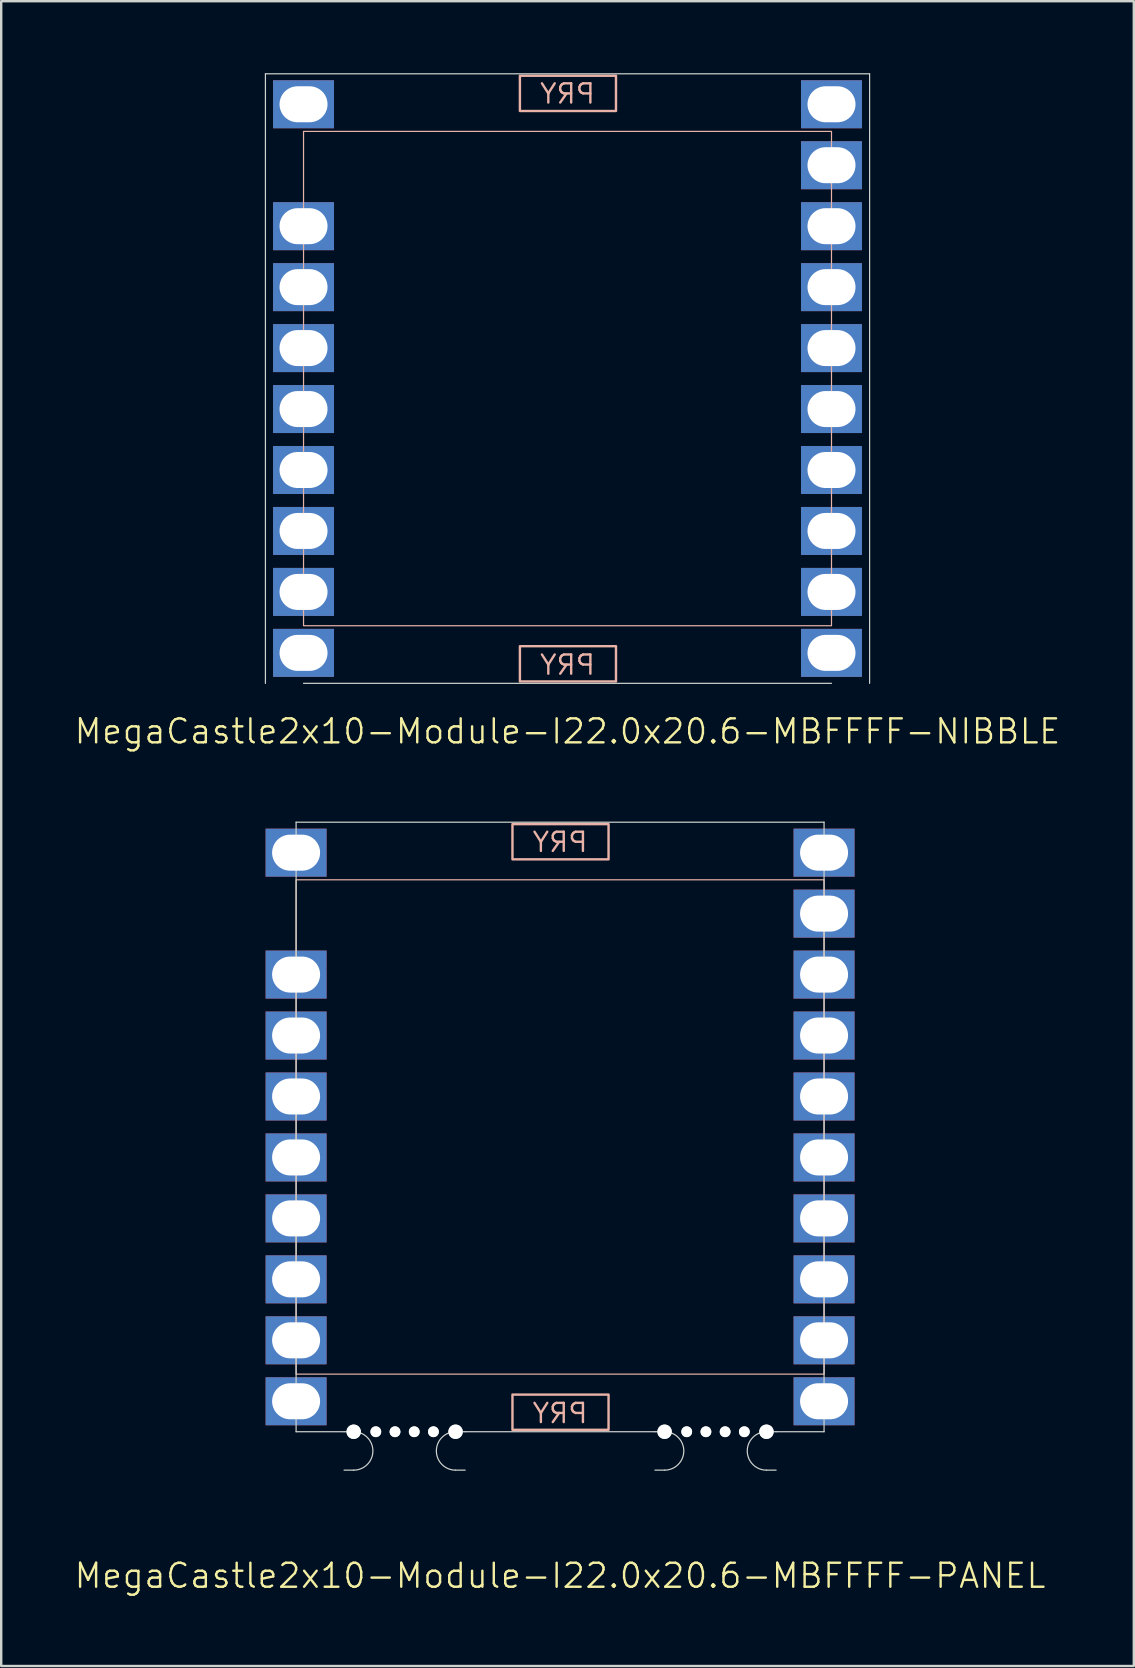
<source format=kicad_pcb>
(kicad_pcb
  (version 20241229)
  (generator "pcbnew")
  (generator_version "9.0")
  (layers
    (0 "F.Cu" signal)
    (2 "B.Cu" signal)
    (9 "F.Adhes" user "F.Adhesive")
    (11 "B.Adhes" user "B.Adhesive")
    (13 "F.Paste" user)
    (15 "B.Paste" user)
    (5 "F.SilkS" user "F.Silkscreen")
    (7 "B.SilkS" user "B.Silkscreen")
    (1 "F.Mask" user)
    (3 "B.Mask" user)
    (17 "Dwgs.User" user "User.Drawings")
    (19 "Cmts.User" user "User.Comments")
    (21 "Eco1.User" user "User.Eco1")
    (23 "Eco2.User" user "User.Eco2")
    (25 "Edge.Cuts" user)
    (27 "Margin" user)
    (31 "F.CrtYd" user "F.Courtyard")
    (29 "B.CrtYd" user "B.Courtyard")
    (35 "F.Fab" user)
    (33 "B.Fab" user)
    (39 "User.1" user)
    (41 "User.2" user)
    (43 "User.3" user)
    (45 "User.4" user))
  (footprint "MegaCastle2x10-Module-I22.0x20.6-MBFFFF-NIBBLE"
    (layer "F.Cu")
    (at 20.598 12.725)
    (property "Reference" "MegaCastle2x10-Module-I22.0x20.6-MBFFFF-NIBBLE" (at 0 14.7 0) (unlocked yes) (layer "F.SilkS") (effects (font (size 1 1) (thickness 0.1))))
    (attr smd)
    (fp_rect (start -11 10.3) (end 11 -10.3) (stroke (width 0.05) (type default)) (fill no) (layer "B.SilkS"))
    (fp_rect (start -1.984 -11.151) (end 2.02 -12.62) (stroke (width 0.1) (type default)) (fill no) (layer "B.SilkS"))
    (fp_rect (start -1.984 11.151) (end 2.02 12.62) (stroke (width 0.1) (type default)) (fill no) (layer "B.SilkS"))
    (fp_line (start -12.588 -12.7) (end -12.588 12.7) (stroke (width 0.05) (type default)) (layer "Edge.Cuts"))
    (fp_line (start -12.588 -12.7) (end 12.588 -12.7) (stroke (width 0.05) (type default)) (layer "Edge.Cuts"))
    (fp_line (start -11 12.7) (end 11 12.7) (stroke (width 0.05) (type default)) (layer "Edge.Cuts"))
    (fp_line (start 12.588 -12.7) (end 12.588 12.7) (stroke (width 0.05) (type default)) (layer "Edge.Cuts"))
    (fp_text user "PRY" (at 0 -11.4 0) (unlocked yes) (layer "B.SilkS") (effects (font (size 0.8 0.8) (thickness 0.1)) (justify bottom mirror)))
    (fp_text user "PRY" (at 0 12.4 0) (unlocked yes) (layer "B.SilkS") (effects (font (size 0.8 0.8) (thickness 0.1)) (justify bottom mirror)))
    (pad "1" thru_hole rect (at -11 -11.43) (size 2.54 2) (drill oval 2 1.5) (property pad_prop_castellated) (layers "*.Cu" "*.Mask"))
    (pad "3" thru_hole rect (at -11 -6.35) (size 2.54 2) (drill oval 2 1.5) (property pad_prop_castellated) (layers "*.Cu" "*.Mask"))
    (pad "4" thru_hole rect (at -11 -3.81) (size 2.54 2) (drill oval 2 1.5) (property pad_prop_castellated) (layers "*.Cu" "*.Mask"))
    (pad "5" thru_hole rect (at -11 -1.27) (size 2.54 2) (drill oval 2 1.5) (property pad_prop_castellated) (layers "*.Cu" "*.Mask"))
    (pad "6" thru_hole rect (at -11 1.27) (size 2.54 2) (drill oval 2 1.5) (property pad_prop_castellated) (layers "*.Cu" "*.Mask"))
    (pad "7" thru_hole rect (at -11 3.81) (size 2.54 2) (drill oval 2 1.5) (property pad_prop_castellated) (layers "*.Cu" "*.Mask"))
    (pad "8" thru_hole rect (at -11 6.35) (size 2.54 2) (drill oval 2 1.5) (property pad_prop_castellated) (layers "*.Cu" "*.Mask"))
    (pad "9" thru_hole rect (at -11 8.89) (size 2.54 2) (drill oval 2 1.5) (property pad_prop_castellated) (layers "*.Cu" "*.Mask"))
    (pad "10" thru_hole rect (at -11 11.43) (size 2.54 2) (drill oval 2 1.5) (property pad_prop_castellated) (layers "*.Cu" "*.Mask"))
    (pad "11" thru_hole rect (at 11 -11.43) (size 2.54 2) (drill oval 2 1.5) (property pad_prop_castellated) (layers "*.Cu" "*.Mask"))
    (pad "12" thru_hole rect (at 11 -8.89) (size 2.54 2) (drill oval 2 1.5) (property pad_prop_castellated) (layers "*.Cu" "*.Mask"))
    (pad "13" thru_hole rect (at 11 -6.35) (size 2.54 2) (drill oval 2 1.5) (property pad_prop_castellated) (layers "*.Cu" "*.Mask"))
    (pad "14" thru_hole rect (at 11 -3.81) (size 2.54 2) (drill oval 2 1.5) (property pad_prop_castellated) (layers "*.Cu" "*.Mask"))
    (pad "15" thru_hole rect (at 11 -1.27) (size 2.54 2) (drill oval 2 1.5) (property pad_prop_castellated) (layers "*.Cu" "*.Mask"))
    (pad "16" thru_hole rect (at 11 1.27) (size 2.54 2) (drill oval 2 1.5) (property pad_prop_castellated) (layers "*.Cu" "*.Mask"))
    (pad "17" thru_hole rect (at 11 3.81) (size 2.54 2) (drill oval 2 1.5) (property pad_prop_castellated) (layers "*.Cu" "*.Mask"))
    (pad "18" thru_hole rect (at 11 6.35) (size 2.54 2) (drill oval 2 1.5) (property pad_prop_castellated) (layers "*.Cu" "*.Mask"))
    (pad "19" thru_hole rect (at 11 8.89) (size 2.54 2) (drill oval 2 1.5) (property pad_prop_castellated) (layers "*.Cu" "*.Mask"))
    (pad "20" thru_hole rect (at 11 11.43) (size 2.54 2) (drill oval 2 1.5) (property pad_prop_castellated) (layers "*.Cu" "*.Mask"))
    (zone (net_name "") (layer "B.Cu") (hatch edge 0.5) (connect_pads) (min_thickness 0.25) (filled_areas_thickness no) (keepout (tracks allowed) (vias allowed) (pads allowed) (copperpour allowed) (footprints not_allowed)) (placement (enabled no)) (fill) (polygon (pts (xy 9.598 25.425) (xy 9.598 0.025))))
    (zone (net_name "") (layer "B.Cu") (hatch edge 0.5) (connect_pads) (min_thickness 0.25) (filled_areas_thickness no) (keepout (tracks allowed) (vias allowed) (pads allowed) (copperpour allowed) (footprints not_allowed)) (placement (enabled no)) (fill) (polygon (pts (xy 31.598 25.425) (xy 31.598 0.025))))
    (zone (net_name "") (layer "B.Cu") (hatch edge 0.5) (connect_pads) (min_thickness 0.25) (filled_areas_thickness no) (keepout (tracks allowed) (vias allowed) (pads allowed) (copperpour allowed) (footprints not_allowed)) (placement (enabled no)) (fill) (polygon (pts (xy 9.598 0.025) (xy 9.598 2.425) (xy 31.598 2.425) (xy 31.598 0.025))))
    (zone (net_name "") (layer "B.Cu") (hatch edge 0.5) (connect_pads) (min_thickness 0.25) (filled_areas_thickness no) (keepout (tracks allowed) (vias allowed) (pads allowed) (copperpour allowed) (footprints not_allowed)) (placement (enabled no)) (fill) (polygon (pts (xy 9.598 25.425) (xy 9.598 23.025) (xy 31.598 23.025) (xy 31.598 25.425))))
    (zone (net_name "") (layer "B.Cu") (name "Upper Pry Zone") (hatch edge 0.5) (connect_pads) (min_thickness 0.25) (filled_areas_thickness no) (keepout (tracks not_allowed) (vias not_allowed) (pads not_allowed) (copperpour allowed) (footprints not_allowed)) (placement (enabled no)) (fill) (polygon (pts (xy 18.613 1.574) (xy 18.613 0.105) (xy 22.617 0.105) (xy 22.617 1.574))))
    (zone (net_name "") (layer "B.Cu") (name "Upper Pry Zone") (hatch edge 0.5) (connect_pads) (min_thickness 0.25) (filled_areas_thickness no) (keepout (tracks not_allowed) (vias not_allowed) (pads not_allowed) (copperpour allowed) (footprints not_allowed)) (placement (enabled no)) (fill) (polygon (pts (xy 18.613 23.876) (xy 18.613 25.345) (xy 22.617 25.345) (xy 22.617 23.876)))))
  (footprint "MegaCastle2x10-Module-I22.0x20.6-MBFFFF-PANEL"
    (layer "F.Cu")
    (at 20.288 43.91)
    (property "Reference" "MegaCastle2x10-Module-I22.0x20.6-MBFFFF-PANEL" (at 0 18.7 0) (unlocked yes) (layer "F.SilkS") (effects (font (size 1 1) (thickness 0.1))))
    (attr smd)
    (fp_rect (start -11 10.3) (end 11 -10.3) (stroke (width 0.05) (type default)) (fill no) (layer "B.SilkS"))
    (fp_rect (start -1.984 -11.151) (end 2.02 -12.62) (stroke (width 0.1) (type default)) (fill no) (layer "B.SilkS"))
    (fp_rect (start -1.984 11.151) (end 2.02 12.62) (stroke (width 0.1) (type default)) (fill no) (layer "B.SilkS"))
    (fp_line (start -11 -12.7) (end -11 12.7) (stroke (width 0.05) (type default)) (layer "Edge.Cuts"))
    (fp_line (start -11 -12.7) (end 11 -12.7) (stroke (width 0.05) (type default)) (layer "Edge.Cuts"))
    (fp_line (start -11 12.7) (end -9 12.7) (stroke (width 0.05) (type default)) (layer "Edge.Cuts"))
    (fp_line (start -9 12.7) (end -8.6 12.7) (stroke (width 0.05) (type default)) (layer "Edge.Cuts"))
    (fp_line (start -9 14.3) (end -8.6 14.3) (stroke (width 0.05) (type default)) (layer "Edge.Cuts"))
    (fp_line (start -3.955 12.7) (end -4.355 12.7) (stroke (width 0.05) (type default)) (layer "Edge.Cuts"))
    (fp_line (start -3.955 12.7) (end 3.955 12.7) (stroke (width 0.05) (type default)) (layer "Edge.Cuts"))
    (fp_line (start -3.955 14.3) (end -4.355 14.3) (stroke (width 0.05) (type default)) (layer "Edge.Cuts"))
    (fp_line (start 3.955 12.7) (end 4.355 12.7) (stroke (width 0.05) (type default)) (layer "Edge.Cuts"))
    (fp_line (start 3.955 14.3) (end 4.355 14.3) (stroke (width 0.05) (type default)) (layer "Edge.Cuts"))
    (fp_line (start 9 12.7) (end 8.6 12.7) (stroke (width 0.05) (type default)) (layer "Edge.Cuts"))
    (fp_line (start 9 12.7) (end 11 12.7) (stroke (width 0.05) (type default)) (layer "Edge.Cuts"))
    (fp_line (start 9 14.3) (end 8.6 14.3) (stroke (width 0.05) (type default)) (layer "Edge.Cuts"))
    (fp_line (start 11 -12.7) (end 11 12.7) (stroke (width 0.05) (type default)) (layer "Edge.Cuts"))
    (fp_arc (start -8.6 12.7) (mid -7.8 13.5) (end -8.6 14.3) (stroke (width 0.05) (type default)) (layer "Edge.Cuts"))
    (fp_arc (start -4.355 14.3) (mid -5.155 13.5) (end -4.355 12.7) (stroke (width 0.05) (type default)) (layer "Edge.Cuts"))
    (fp_arc (start 4.355 12.7) (mid 5.155 13.5) (end 4.355 14.3) (stroke (width 0.05) (type default)) (layer "Edge.Cuts"))
    (fp_arc (start 8.6 14.3) (mid 7.8 13.5) (end 8.6 12.7) (stroke (width 0.05) (type default)) (layer "Edge.Cuts"))
    (fp_text user "PRY" (at 0 -11.4 0) (unlocked yes) (layer "B.SilkS") (effects (font (size 0.8 0.8) (thickness 0.1)) (justify bottom mirror)))
    (fp_text user "PRY" (at 0 12.4 0) (unlocked yes) (layer "B.SilkS") (effects (font (size 0.8 0.8) (thickness 0.1)) (justify bottom mirror)))
    (pad "" np_thru_hole circle (at -8.6 12.7) (size 0.6 0.6) (drill 0.6) (layers "*.Cu" "Edge.Cuts"))
    (pad "" np_thru_hole circle (at -7.678 12.7) (size 0.45 0.45) (drill 0.45) (layers "*.Cu" "Edge.Cuts"))
    (pad "" np_thru_hole circle (at -6.878 12.7) (size 0.45 0.45) (drill 0.45) (layers "*.Cu" "Edge.Cuts"))
    (pad "" np_thru_hole circle (at -6.077 12.7) (size 0.45 0.45) (drill 0.45) (layers "*.Cu" "Edge.Cuts"))
    (pad "" np_thru_hole circle (at -5.277 12.7) (size 0.45 0.45) (drill 0.45) (layers "*.Cu" "Edge.Cuts"))
    (pad "" np_thru_hole circle (at -4.355 12.7) (size 0.6 0.6) (drill 0.6) (layers "*.Cu" "Edge.Cuts"))
    (pad "" np_thru_hole circle (at 4.355 12.7) (size 0.6 0.6) (drill 0.6) (layers "*.Cu" "Edge.Cuts"))
    (pad "" np_thru_hole circle (at 5.277 12.7) (size 0.45 0.45) (drill 0.45) (layers "*.Cu" "Edge.Cuts"))
    (pad "" np_thru_hole circle (at 6.077 12.7) (size 0.45 0.45) (drill 0.45) (layers "*.Cu" "Edge.Cuts"))
    (pad "" np_thru_hole circle (at 6.878 12.7) (size 0.45 0.45) (drill 0.45) (layers "*.Cu" "Edge.Cuts"))
    (pad "" np_thru_hole circle (at 7.678 12.7) (size 0.45 0.45) (drill 0.45) (layers "*.Cu" "Edge.Cuts"))
    (pad "" np_thru_hole circle (at 8.6 12.7) (size 0.6 0.6) (drill 0.6) (layers "*.Cu" "Edge.Cuts"))
    (pad "1" thru_hole rect (at -11 -11.43) (size 2.54 2) (drill oval 2 1.5) (property pad_prop_castellated) (layers "*.Cu" "*.Mask"))
    (pad "3" thru_hole rect (at -11 -6.35) (size 2.54 2) (drill oval 2 1.5) (property pad_prop_castellated) (layers "*.Cu" "*.Mask"))
    (pad "4" thru_hole rect (at -11 -3.81) (size 2.54 2) (drill oval 2 1.5) (property pad_prop_castellated) (layers "*.Cu" "*.Mask"))
    (pad "5" thru_hole rect (at -11 -1.27) (size 2.54 2) (drill oval 2 1.5) (property pad_prop_castellated) (layers "*.Cu" "*.Mask"))
    (pad "6" thru_hole rect (at -11 1.27) (size 2.54 2) (drill oval 2 1.5) (property pad_prop_castellated) (layers "*.Cu" "*.Mask"))
    (pad "7" thru_hole rect (at -11 3.81) (size 2.54 2) (drill oval 2 1.5) (property pad_prop_castellated) (layers "*.Cu" "*.Mask"))
    (pad "8" thru_hole rect (at -11 6.35) (size 2.54 2) (drill oval 2 1.5) (property pad_prop_castellated) (layers "*.Cu" "*.Mask"))
    (pad "9" thru_hole rect (at -11 8.89) (size 2.54 2) (drill oval 2 1.5) (property pad_prop_castellated) (layers "*.Cu" "*.Mask"))
    (pad "10" thru_hole rect (at -11 11.43) (size 2.54 2) (drill oval 2 1.5) (property pad_prop_castellated) (layers "*.Cu" "*.Mask"))
    (pad "11" thru_hole rect (at 11 -11.43) (size 2.54 2) (drill oval 2 1.5) (property pad_prop_castellated) (layers "*.Cu" "*.Mask"))
    (pad "12" thru_hole rect (at 11 -8.89) (size 2.54 2) (drill oval 2 1.5) (property pad_prop_castellated) (layers "*.Cu" "*.Mask"))
    (pad "13" thru_hole rect (at 11 -6.35) (size 2.54 2) (drill oval 2 1.5) (property pad_prop_castellated) (layers "*.Cu" "*.Mask"))
    (pad "14" thru_hole rect (at 11 -3.81) (size 2.54 2) (drill oval 2 1.5) (property pad_prop_castellated) (layers "*.Cu" "*.Mask"))
    (pad "15" thru_hole rect (at 11 -1.27) (size 2.54 2) (drill oval 2 1.5) (property pad_prop_castellated) (layers "*.Cu" "*.Mask"))
    (pad "16" thru_hole rect (at 11 1.27) (size 2.54 2) (drill oval 2 1.5) (property pad_prop_castellated) (layers "*.Cu" "*.Mask"))
    (pad "17" thru_hole rect (at 11 3.81) (size 2.54 2) (drill oval 2 1.5) (property pad_prop_castellated) (layers "*.Cu" "*.Mask"))
    (pad "18" thru_hole rect (at 11 6.35) (size 2.54 2) (drill oval 2 1.5) (property pad_prop_castellated) (layers "*.Cu" "*.Mask"))
    (pad "19" thru_hole rect (at 11 8.89) (size 2.54 2) (drill oval 2 1.5) (property pad_prop_castellated) (layers "*.Cu" "*.Mask"))
    (pad "20" thru_hole rect (at 11 11.43) (size 2.54 2) (drill oval 2 1.5) (property pad_prop_castellated) (layers "*.Cu" "*.Mask"))
    (zone (net_name "") (layer "B.Cu") (hatch edge 0.5) (connect_pads) (min_thickness 0.25) (filled_areas_thickness no) (keepout (tracks allowed) (vias allowed) (pads allowed) (copperpour allowed) (footprints not_allowed)) (placement (enabled no)) (fill) (polygon (pts (xy 9.288 56.611) (xy 9.288 31.21))))
    (zone (net_name "") (layer "B.Cu") (hatch edge 0.5) (connect_pads) (min_thickness 0.25) (filled_areas_thickness no) (keepout (tracks allowed) (vias allowed) (pads allowed) (copperpour allowed) (footprints not_allowed)) (placement (enabled no)) (fill) (polygon (pts (xy 31.288 56.611) (xy 31.288 31.21))))
    (zone (net_name "") (layer "B.Cu") (hatch edge 0.5) (connect_pads) (min_thickness 0.25) (filled_areas_thickness no) (keepout (tracks allowed) (vias allowed) (pads allowed) (copperpour allowed) (footprints not_allowed)) (placement (enabled no)) (fill) (polygon (pts (xy 9.288 31.21) (xy 9.288 33.611) (xy 31.288 33.611) (xy 31.288 31.21))))
    (zone (net_name "") (layer "B.Cu") (hatch edge 0.5) (connect_pads) (min_thickness 0.25) (filled_areas_thickness no) (keepout (tracks allowed) (vias allowed) (pads allowed) (copperpour allowed) (footprints not_allowed)) (placement (enabled no)) (fill) (polygon (pts (xy 9.288 56.611) (xy 9.288 54.211) (xy 31.288 54.211) (xy 31.288 56.611))))
    (zone (net_name "") (layer "B.Cu") (name "Upper Pry Zone") (hatch edge 0.5) (connect_pads) (min_thickness 0.25) (filled_areas_thickness no) (keepout (tracks not_allowed) (vias not_allowed) (pads not_allowed) (copperpour allowed) (footprints not_allowed)) (placement (enabled no)) (fill) (polygon (pts (xy 18.304 32.759) (xy 18.304 31.291) (xy 22.308 31.291) (xy 22.308 32.759))))
    (zone (net_name "") (layer "B.Cu") (name "Upper Pry Zone") (hatch edge 0.5) (connect_pads) (min_thickness 0.25) (filled_areas_thickness no) (keepout (tracks not_allowed) (vias not_allowed) (pads not_allowed) (copperpour allowed) (footprints not_allowed)) (placement (enabled no)) (fill) (polygon (pts (xy 18.304 55.062) (xy 18.304 56.531) (xy 22.308 56.531) (xy 22.308 55.062)))))
  (gr_rect
    (start -3 -3)
    (end 44.195 66.371)
    (stroke (width 0.1) (type default))
    (fill no)
    (layer "Edge.Cuts")))
</source>
